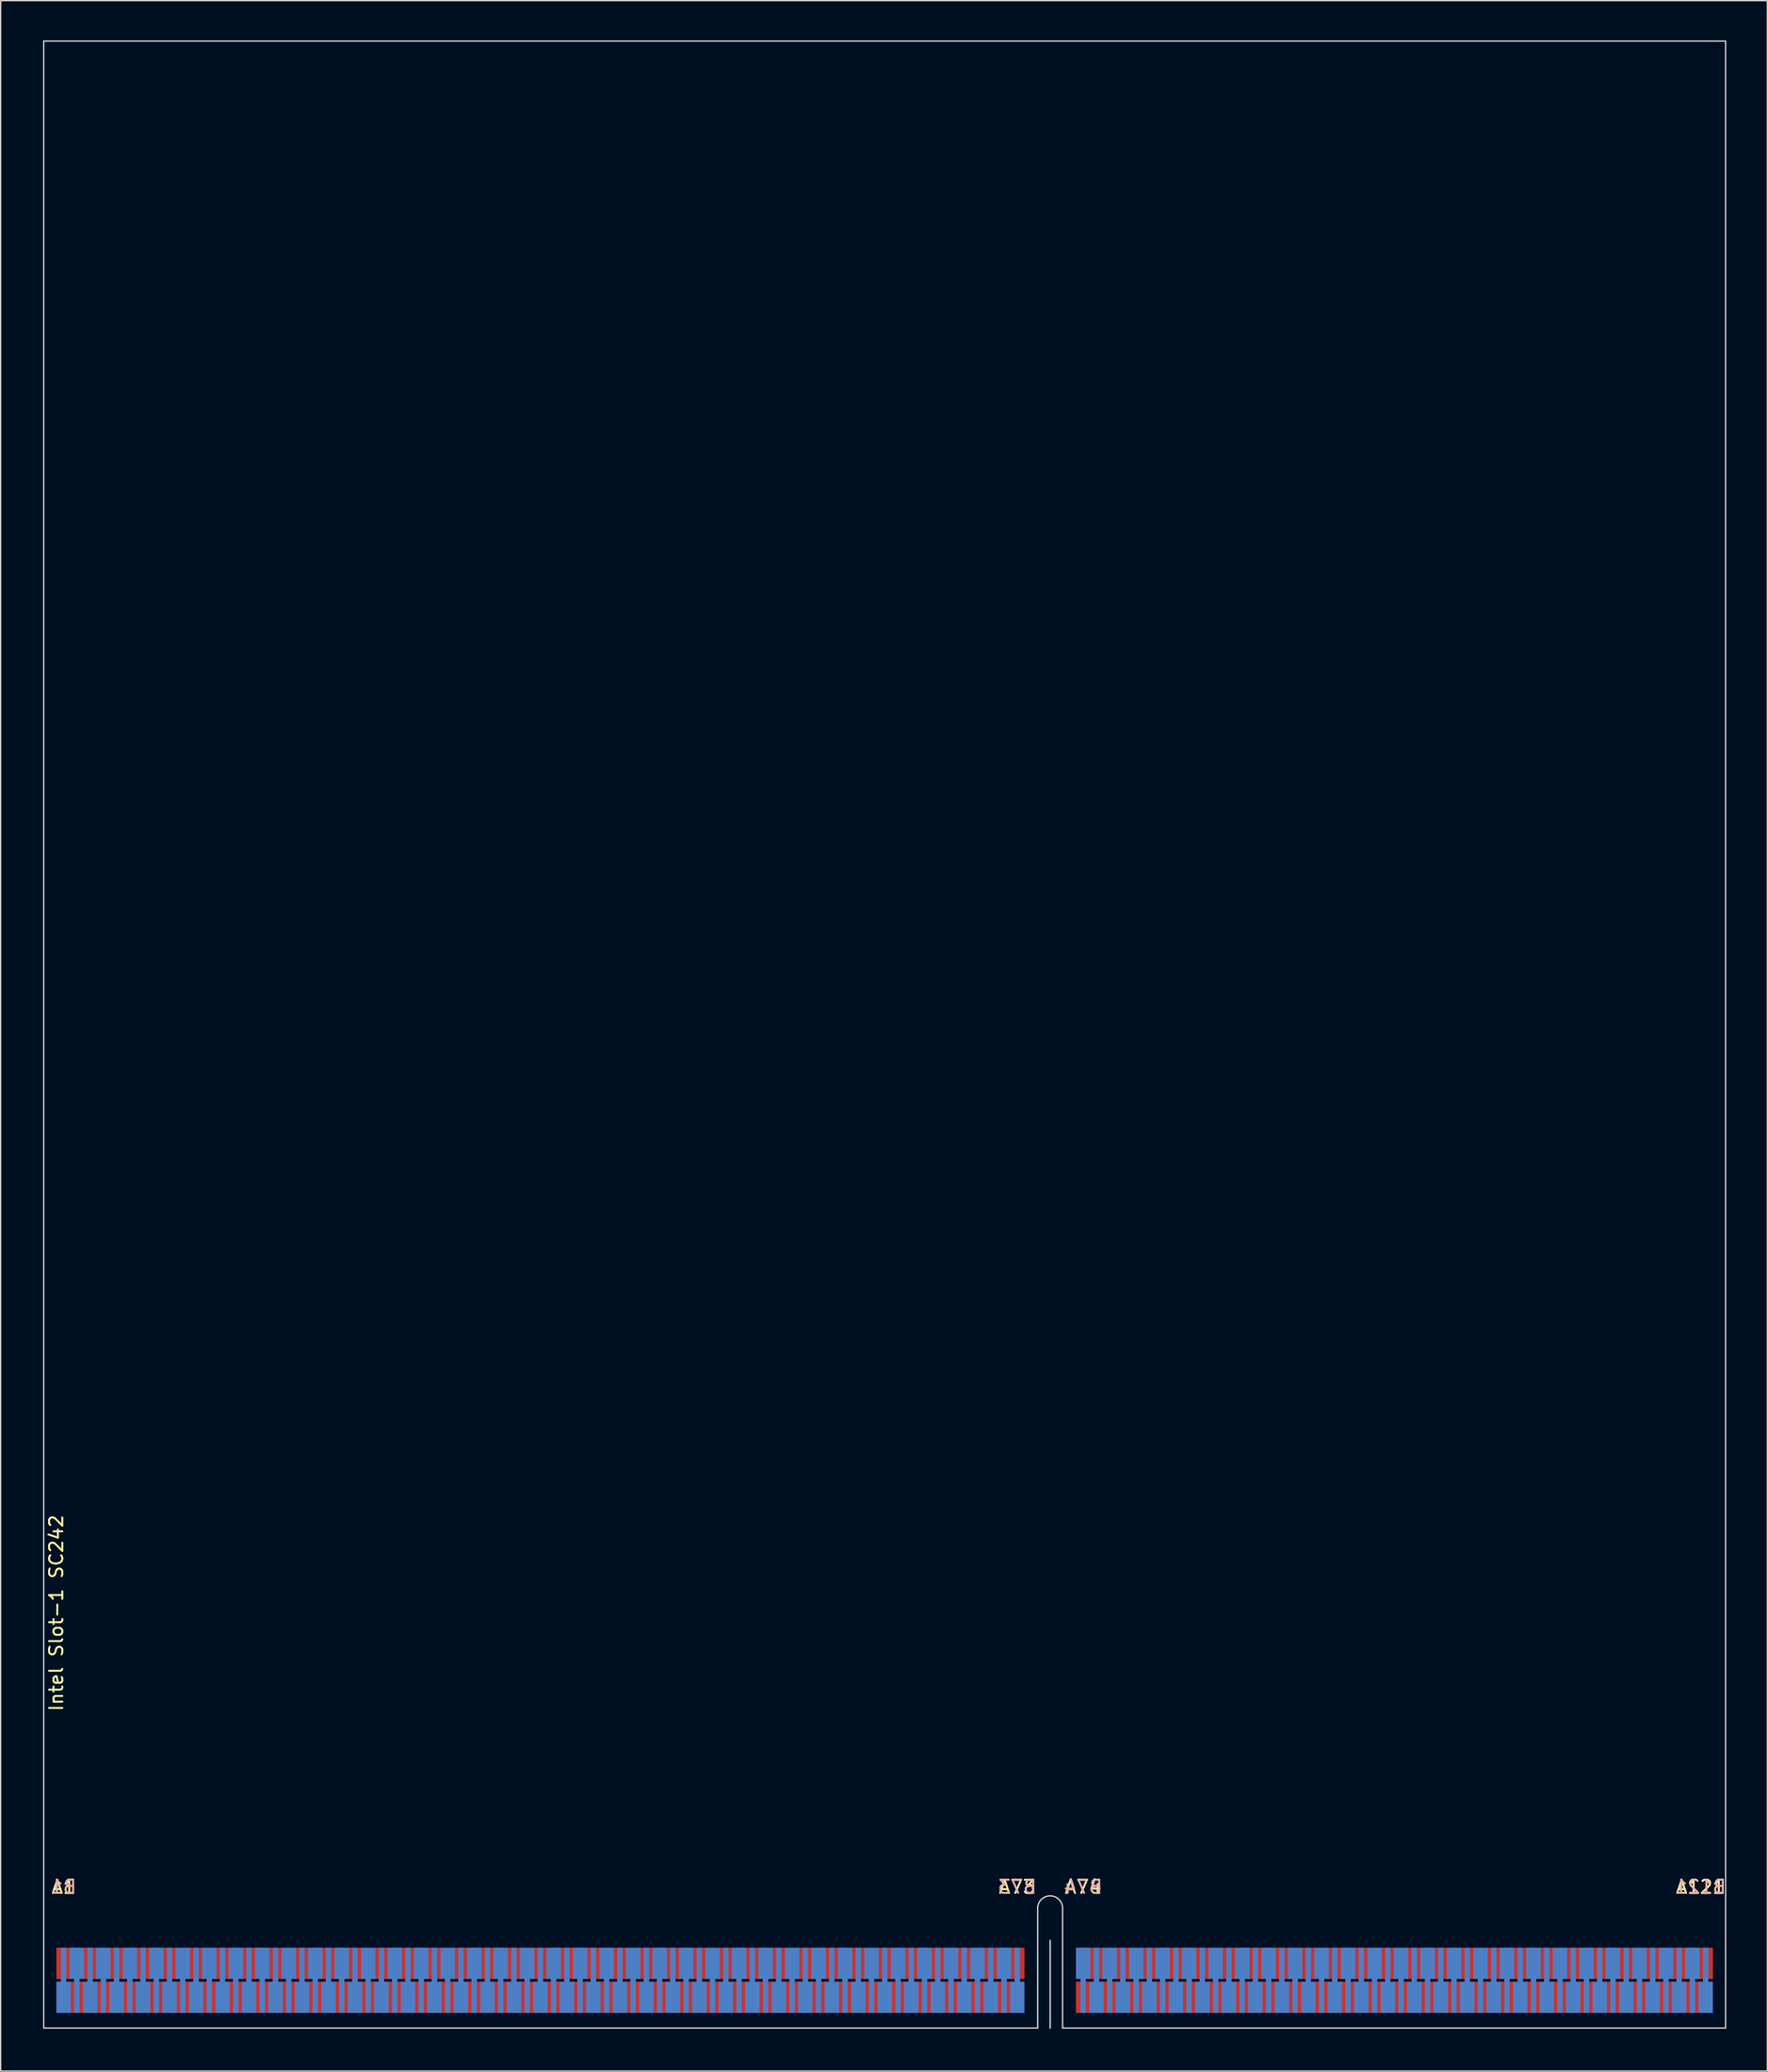
<source format=kicad_pcb>
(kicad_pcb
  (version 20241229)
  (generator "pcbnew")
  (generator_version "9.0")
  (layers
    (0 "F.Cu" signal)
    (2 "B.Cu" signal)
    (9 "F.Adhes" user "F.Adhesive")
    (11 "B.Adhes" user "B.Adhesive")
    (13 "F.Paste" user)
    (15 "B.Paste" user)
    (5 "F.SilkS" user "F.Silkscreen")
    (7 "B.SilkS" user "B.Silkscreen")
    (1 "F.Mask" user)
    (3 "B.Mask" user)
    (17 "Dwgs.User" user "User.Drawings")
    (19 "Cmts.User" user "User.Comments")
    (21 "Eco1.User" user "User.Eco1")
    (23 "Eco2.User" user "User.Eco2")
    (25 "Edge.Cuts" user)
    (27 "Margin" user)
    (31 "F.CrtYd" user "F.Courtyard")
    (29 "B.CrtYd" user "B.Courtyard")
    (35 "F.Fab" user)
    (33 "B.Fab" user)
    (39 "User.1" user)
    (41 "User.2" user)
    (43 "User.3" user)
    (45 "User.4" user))
  (footprint "Intel Slot-1 SC242"
    (layer "F.Cu")
    (at 0.25 150.05)
    (property "Reference" "Intel Slot-1 SC242" (at 0.95 -31.33 90) (unlocked yes) (layer "F.SilkS") (effects (font (size 1 1) (thickness 0.15))))
    (attr smd)
    (fp_rect (start 75.06 -6.07) (end 0 0) (stroke (width 0.1) (type solid)) (fill yes) (layer "F.Mask"))
    (fp_rect (start 127 -6.07) (end 76.937 0) (stroke (width 0.1) (type solid)) (fill yes) (layer "F.Mask"))
    (fp_rect (start 0 -6.07) (end 75.06 0) (stroke (width 0.1) (type solid)) (fill yes) (layer "B.Mask"))
    (fp_rect (start 76.937 -6.07) (end 127 0) (stroke (width 0.1) (type solid)) (fill yes) (layer "B.Mask"))
    (fp_line (start 76 0) (end 76 -6.62) (stroke (width 0.12) (type solid)) (layer "Dwgs.User"))
    (fp_line (start 0 -150) (end 0 0) (stroke (width 0.1) (type solid)) (layer "Edge.Cuts"))
    (fp_line (start 0 0) (end 75.057 0) (stroke (width 0.1) (type solid)) (layer "Edge.Cuts"))
    (fp_line (start 75.057 0) (end 75.057 -9.042) (stroke (width 0.1) (type solid)) (layer "Edge.Cuts"))
    (fp_line (start 76.937 0) (end 76.937 -9.042) (stroke (width 0.1) (type solid)) (layer "Edge.Cuts"))
    (fp_line (start 76.937 0) (end 127 0) (stroke (width 0.1) (type solid)) (layer "Edge.Cuts"))
    (fp_line (start 127 -150) (end 0 -150) (stroke (width 0.1) (type solid)) (layer "Edge.Cuts"))
    (fp_line (start 127 0) (end 127 -150) (stroke (width 0.1) (type solid)) (layer "Edge.Cuts"))
    (fp_arc (start 75.057 -9.0424) (mid 75.996826 -9.982174) (end 76.9366 -9.042348) (stroke (width 0.1) (type solid)) (layer "Edge.Cuts"))
    (fp_text user "A73" (at 73.511 -10.65 0) (unlocked yes) (layer "F.SilkS") (effects (font (size 1 1) (thickness 0.15))))
    (fp_text user "A1" (at 1.501 -10.65 0) (unlocked yes) (layer "F.SilkS") (effects (font (size 1 1) (thickness 0.15))))
    (fp_text user "A121" (at 125.11 -10.65 0) (unlocked yes) (layer "F.SilkS") (effects (font (size 1 1) (thickness 0.15))))
    (fp_text user "A74" (at 78.489 -10.65 0) (unlocked yes) (layer "F.SilkS") (effects (font (size 1 1) (thickness 0.15))))
    (fp_text user "B74" (at 78.489 -10.656 0) (unlocked yes) (layer "B.SilkS") (effects (font (size 1 1) (thickness 0.15)) (justify mirror)))
    (fp_text user "B1" (at 1.485 -10.663 0) (unlocked yes) (layer "B.SilkS") (effects (font (size 1 1) (thickness 0.15)) (justify mirror)))
    (fp_text user "B121" (at 125.099 -10.663 0) (unlocked yes) (layer "B.SilkS") (effects (font (size 1 1) (thickness 0.15)) (justify mirror)))
    (fp_text user "B73" (at 73.51 -10.656 0) (unlocked yes) (layer "B.SilkS") (effects (font (size 1 1) (thickness 0.15)) (justify mirror)))
    (pad "A1" connect custom (at 1.501 -4.885 180) (size 1.092 2.362) (layers "F.Cu" "F.Mask") (options (anchor rect)) (primitives (gr_poly (pts (xy 0.203 -1.181) (xy -0.203 -1.181) (xy -0.203 -3.747) (xy 0.203 -3.747)) (width 0) (fill yes))))
    (pad "A2" connect custom (at 2.502 -2.32) (size 1.092 2.362) (layers "F.Cu" "F.Mask") (options (anchor rect)) (primitives (gr_poly (pts (xy 0.203 -1.181) (xy -0.203 -1.181) (xy -0.203 -3.747) (xy 0.203 -3.747)) (width 0) (fill yes))))
    (pad "A3" connect custom (at 3.502 -4.885 180) (size 1.092 2.362) (layers "F.Cu" "F.Mask") (options (anchor rect)) (primitives (gr_poly (pts (xy 0.203 -1.181) (xy -0.203 -1.181) (xy -0.203 -3.747) (xy 0.203 -3.747)) (width 0) (fill yes))))
    (pad "A4" connect custom (at 4.502 -2.32) (size 1.092 2.362) (layers "F.Cu" "F.Mask") (options (anchor rect)) (primitives (gr_poly (pts (xy 0.203 -1.181) (xy -0.203 -1.181) (xy -0.203 -3.747) (xy 0.203 -3.747)) (width 0) (fill yes))))
    (pad "A5" connect custom (at 5.502 -4.885 180) (size 1.092 2.362) (layers "F.Cu" "F.Mask") (options (anchor rect)) (primitives (gr_poly (pts (xy 0.203 -1.181) (xy -0.203 -1.181) (xy -0.203 -3.747) (xy 0.203 -3.747)) (width 0) (fill yes))))
    (pad "A6" connect custom (at 6.502 -2.32) (size 1.092 2.362) (layers "F.Cu" "F.Mask") (options (anchor rect)) (primitives (gr_poly (pts (xy 0.203 -1.181) (xy -0.203 -1.181) (xy -0.203 -3.747) (xy 0.203 -3.747)) (width 0) (fill yes))))
    (pad "A7" connect custom (at 7.502 -4.885 180) (size 1.092 2.362) (layers "F.Cu" "F.Mask") (options (anchor rect)) (primitives (gr_poly (pts (xy 0.203 -1.181) (xy -0.203 -1.181) (xy -0.203 -3.747) (xy 0.203 -3.747)) (width 0) (fill yes))))
    (pad "A8" connect custom (at 8.502 -2.32) (size 1.092 2.362) (layers "F.Cu" "F.Mask") (options (anchor rect)) (primitives (gr_poly (pts (xy 0.203 -1.181) (xy -0.203 -1.181) (xy -0.203 -3.747) (xy 0.203 -3.747)) (width 0) (fill yes))))
    (pad "A9" connect custom (at 9.502 -4.885 180) (size 1.092 2.362) (layers "F.Cu" "F.Mask") (options (anchor rect)) (primitives (gr_poly (pts (xy 0.203 -1.181) (xy -0.203 -1.181) (xy -0.203 -3.747) (xy 0.203 -3.747)) (width 0) (fill yes))))
    (pad "A10" connect custom (at 10.503 -2.32) (size 1.092 2.362) (layers "F.Cu" "F.Mask") (options (anchor rect)) (primitives (gr_poly (pts (xy 0.203 -1.181) (xy -0.203 -1.181) (xy -0.203 -3.747) (xy 0.203 -3.747)) (width 0) (fill yes))))
    (pad "A11" connect custom (at 11.503 -4.885 180) (size 1.092 2.362) (layers "F.Cu" "F.Mask") (options (anchor rect)) (primitives (gr_poly (pts (xy 0.203 -1.181) (xy -0.203 -1.181) (xy -0.203 -3.747) (xy 0.203 -3.747)) (width 0) (fill yes))))
    (pad "A12" connect custom (at 12.503 -2.32) (size 1.092 2.362) (layers "F.Cu" "F.Mask") (options (anchor rect)) (primitives (gr_poly (pts (xy 0.203 -1.181) (xy -0.203 -1.181) (xy -0.203 -3.747) (xy 0.203 -3.747)) (width 0) (fill yes))))
    (pad "A13" connect custom (at 13.503 -4.885 180) (size 1.092 2.362) (layers "F.Cu" "F.Mask") (options (anchor rect)) (primitives (gr_poly (pts (xy 0.203 -1.181) (xy -0.203 -1.181) (xy -0.203 -3.747) (xy 0.203 -3.747)) (width 0) (fill yes))))
    (pad "A14" connect custom (at 14.503 -2.32) (size 1.092 2.362) (layers "F.Cu" "F.Mask") (options (anchor rect)) (primitives (gr_poly (pts (xy 0.203 -1.181) (xy -0.203 -1.181) (xy -0.203 -3.747) (xy 0.203 -3.747)) (width 0) (fill yes))))
    (pad "A15" connect custom (at 15.503 -4.885 180) (size 1.092 2.362) (layers "F.Cu" "F.Mask") (options (anchor rect)) (primitives (gr_poly (pts (xy 0.203 -1.181) (xy -0.203 -1.181) (xy -0.203 -3.747) (xy 0.203 -3.747)) (width 0) (fill yes))))
    (pad "A16" connect custom (at 16.503 -2.32) (size 1.092 2.362) (layers "F.Cu" "F.Mask") (options (anchor rect)) (primitives (gr_poly (pts (xy 0.203 -1.181) (xy -0.203 -1.181) (xy -0.203 -3.747) (xy 0.203 -3.747)) (width 0) (fill yes))))
    (pad "A17" connect custom (at 17.504 -4.885 180) (size 1.092 2.362) (layers "F.Cu" "F.Mask") (options (anchor rect)) (primitives (gr_poly (pts (xy 0.203 -1.181) (xy -0.203 -1.181) (xy -0.203 -3.747) (xy 0.203 -3.747)) (width 0) (fill yes))))
    (pad "A18" connect custom (at 18.504 -2.32) (size 1.092 2.362) (layers "F.Cu" "F.Mask") (options (anchor rect)) (primitives (gr_poly (pts (xy 0.203 -1.181) (xy -0.203 -1.181) (xy -0.203 -3.747) (xy 0.203 -3.747)) (width 0) (fill yes))))
    (pad "A19" connect custom (at 19.504 -4.885 180) (size 1.092 2.362) (layers "F.Cu" "F.Mask") (options (anchor rect)) (primitives (gr_poly (pts (xy 0.203 -1.181) (xy -0.203 -1.181) (xy -0.203 -3.747) (xy 0.203 -3.747)) (width 0) (fill yes))))
    (pad "A20" connect custom (at 20.504 -2.32) (size 1.092 2.362) (layers "F.Cu" "F.Mask") (options (anchor rect)) (primitives (gr_poly (pts (xy 0.203 -1.181) (xy -0.203 -1.181) (xy -0.203 -3.747) (xy 0.203 -3.747)) (width 0) (fill yes))))
    (pad "A21" connect custom (at 21.504 -4.885 180) (size 1.092 2.362) (layers "F.Cu" "F.Mask") (options (anchor rect)) (primitives (gr_poly (pts (xy 0.203 -1.181) (xy -0.203 -1.181) (xy -0.203 -3.747) (xy 0.203 -3.747)) (width 0) (fill yes))))
    (pad "A22" connect custom (at 22.504 -2.32) (size 1.092 2.362) (layers "F.Cu" "F.Mask") (options (anchor rect)) (primitives (gr_poly (pts (xy 0.203 -1.181) (xy -0.203 -1.181) (xy -0.203 -3.747) (xy 0.203 -3.747)) (width 0) (fill yes))))
    (pad "A23" connect custom (at 23.504 -4.885 180) (size 1.092 2.362) (layers "F.Cu" "F.Mask") (options (anchor rect)) (primitives (gr_poly (pts (xy 0.203 -1.181) (xy -0.203 -1.181) (xy -0.203 -3.747) (xy 0.203 -3.747)) (width 0) (fill yes))))
    (pad "A24" connect custom (at 24.504 -2.32) (size 1.092 2.362) (layers "F.Cu" "F.Mask") (options (anchor rect)) (primitives (gr_poly (pts (xy 0.203 -1.181) (xy -0.203 -1.181) (xy -0.203 -3.747) (xy 0.203 -3.747)) (width 0) (fill yes))))
    (pad "A25" connect custom (at 25.505 -4.885 180) (size 1.092 2.362) (layers "F.Cu" "F.Mask") (options (anchor rect)) (primitives (gr_poly (pts (xy 0.203 -1.181) (xy -0.203 -1.181) (xy -0.203 -3.747) (xy 0.203 -3.747)) (width 0) (fill yes))))
    (pad "A26" connect custom (at 26.505 -2.32) (size 1.092 2.362) (layers "F.Cu" "F.Mask") (options (anchor rect)) (primitives (gr_poly (pts (xy 0.203 -1.181) (xy -0.203 -1.181) (xy -0.203 -3.747) (xy 0.203 -3.747)) (width 0) (fill yes))))
    (pad "A27" connect custom (at 27.505 -4.885 180) (size 1.092 2.362) (layers "F.Cu" "F.Mask") (options (anchor rect)) (primitives (gr_poly (pts (xy 0.203 -1.181) (xy -0.203 -1.181) (xy -0.203 -3.747) (xy 0.203 -3.747)) (width 0) (fill yes))))
    (pad "A28" connect custom (at 28.505 -2.32) (size 1.092 2.362) (layers "F.Cu" "F.Mask") (options (anchor rect)) (primitives (gr_poly (pts (xy 0.203 -1.181) (xy -0.203 -1.181) (xy -0.203 -3.747) (xy 0.203 -3.747)) (width 0) (fill yes))))
    (pad "A29" connect custom (at 29.505 -4.885 180) (size 1.092 2.362) (layers "F.Cu" "F.Mask") (options (anchor rect)) (primitives (gr_poly (pts (xy 0.203 -1.181) (xy -0.203 -1.181) (xy -0.203 -3.747) (xy 0.203 -3.747)) (width 0) (fill yes))))
    (pad "A30" connect custom (at 30.505 -2.32) (size 1.092 2.362) (layers "F.Cu" "F.Mask") (options (anchor rect)) (primitives (gr_poly (pts (xy 0.203 -1.181) (xy -0.203 -1.181) (xy -0.203 -3.747) (xy 0.203 -3.747)) (width 0) (fill yes))))
    (pad "A31" connect custom (at 31.505 -4.885 180) (size 1.092 2.362) (layers "F.Cu" "F.Mask") (options (anchor rect)) (primitives (gr_poly (pts (xy 0.203 -1.181) (xy -0.203 -1.181) (xy -0.203 -3.747) (xy 0.203 -3.747)) (width 0) (fill yes))))
    (pad "A32" connect custom (at 32.505 -2.32) (size 1.092 2.362) (layers "F.Cu" "F.Mask") (options (anchor rect)) (primitives (gr_poly (pts (xy 0.203 -1.181) (xy -0.203 -1.181) (xy -0.203 -3.747) (xy 0.203 -3.747)) (width 0) (fill yes))))
    (pad "A33" connect custom (at 33.506 -4.885 180) (size 1.092 2.362) (layers "F.Cu" "F.Mask") (options (anchor rect)) (primitives (gr_poly (pts (xy 0.203 -1.181) (xy -0.203 -1.181) (xy -0.203 -3.747) (xy 0.203 -3.747)) (width 0) (fill yes))))
    (pad "A34" connect custom (at 34.506 -2.32) (size 1.092 2.362) (layers "F.Cu" "F.Mask") (options (anchor rect)) (primitives (gr_poly (pts (xy 0.203 -1.181) (xy -0.203 -1.181) (xy -0.203 -3.747) (xy 0.203 -3.747)) (width 0) (fill yes))))
    (pad "A35" connect custom (at 35.506 -4.885 180) (size 1.092 2.362) (layers "F.Cu" "F.Mask") (options (anchor rect)) (primitives (gr_poly (pts (xy 0.203 -1.181) (xy -0.203 -1.181) (xy -0.203 -3.747) (xy 0.203 -3.747)) (width 0) (fill yes))))
    (pad "A36" connect custom (at 36.506 -2.32) (size 1.092 2.362) (layers "F.Cu" "F.Mask") (options (anchor rect)) (primitives (gr_poly (pts (xy 0.203 -1.181) (xy -0.203 -1.181) (xy -0.203 -3.747) (xy 0.203 -3.747)) (width 0) (fill yes))))
    (pad "A37" connect custom (at 37.506 -4.885 180) (size 1.092 2.362) (layers "F.Cu" "F.Mask") (options (anchor rect)) (primitives (gr_poly (pts (xy 0.203 -1.181) (xy -0.203 -1.181) (xy -0.203 -3.747) (xy 0.203 -3.747)) (width 0) (fill yes))))
    (pad "A38" connect custom (at 38.506 -2.32) (size 1.092 2.362) (layers "F.Cu" "F.Mask") (options (anchor rect)) (primitives (gr_poly (pts (xy 0.203 -1.181) (xy -0.203 -1.181) (xy -0.203 -3.747) (xy 0.203 -3.747)) (width 0) (fill yes))))
    (pad "A39" connect custom (at 39.506 -4.885 180) (size 1.092 2.362) (layers "F.Cu" "F.Mask") (options (anchor rect)) (primitives (gr_poly (pts (xy 0.203 -1.181) (xy -0.203 -1.181) (xy -0.203 -3.747) (xy 0.203 -3.747)) (width 0) (fill yes))))
    (pad "A40" connect custom (at 40.507 -2.32) (size 1.092 2.362) (layers "F.Cu" "F.Mask") (options (anchor rect)) (primitives (gr_poly (pts (xy 0.203 -1.181) (xy -0.203 -1.181) (xy -0.203 -3.747) (xy 0.203 -3.747)) (width 0) (fill yes))))
    (pad "A41" connect custom (at 41.507 -4.885 180) (size 1.092 2.362) (layers "F.Cu" "F.Mask") (options (anchor rect)) (primitives (gr_poly (pts (xy 0.203 -1.181) (xy -0.203 -1.181) (xy -0.203 -3.747) (xy 0.203 -3.747)) (width 0) (fill yes))))
    (pad "A42" connect custom (at 42.507 -2.32) (size 1.092 2.362) (layers "F.Cu" "F.Mask") (options (anchor rect)) (primitives (gr_poly (pts (xy 0.203 -1.181) (xy -0.203 -1.181) (xy -0.203 -3.747) (xy 0.203 -3.747)) (width 0) (fill yes))))
    (pad "A43" connect custom (at 43.507 -4.885 180) (size 1.092 2.362) (layers "F.Cu" "F.Mask") (options (anchor rect)) (primitives (gr_poly (pts (xy 0.203 -1.181) (xy -0.203 -1.181) (xy -0.203 -3.747) (xy 0.203 -3.747)) (width 0) (fill yes))))
    (pad "A44" connect custom (at 44.507 -2.32) (size 1.092 2.362) (layers "F.Cu" "F.Mask") (options (anchor rect)) (primitives (gr_poly (pts (xy 0.203 -1.181) (xy -0.203 -1.181) (xy -0.203 -3.747) (xy 0.203 -3.747)) (width 0) (fill yes))))
    (pad "A45" connect custom (at 45.507 -4.885 180) (size 1.092 2.362) (layers "F.Cu" "F.Mask") (options (anchor rect)) (primitives (gr_poly (pts (xy 0.203 -1.181) (xy -0.203 -1.181) (xy -0.203 -3.747) (xy 0.203 -3.747)) (width 0) (fill yes))))
    (pad "A46" connect custom (at 46.507 -2.32) (size 1.092 2.362) (layers "F.Cu" "F.Mask") (options (anchor rect)) (primitives (gr_poly (pts (xy 0.203 -1.181) (xy -0.203 -1.181) (xy -0.203 -3.747) (xy 0.203 -3.747)) (width 0) (fill yes))))
    (pad "A47" connect custom (at 47.507 -4.885 180) (size 1.092 2.362) (layers "F.Cu" "F.Mask") (options (anchor rect)) (primitives (gr_poly (pts (xy 0.203 -1.181) (xy -0.203 -1.181) (xy -0.203 -3.747) (xy 0.203 -3.747)) (width 0) (fill yes))))
    (pad "A48" connect custom (at 48.508 -2.32) (size 1.092 2.362) (layers "F.Cu" "F.Mask") (options (anchor rect)) (primitives (gr_poly (pts (xy 0.203 -1.181) (xy -0.203 -1.181) (xy -0.203 -3.747) (xy 0.203 -3.747)) (width 0) (fill yes))))
    (pad "A49" connect custom (at 49.508 -4.885 180) (size 1.092 2.362) (layers "F.Cu" "F.Mask") (options (anchor rect)) (primitives (gr_poly (pts (xy 0.203 -1.181) (xy -0.203 -1.181) (xy -0.203 -3.747) (xy 0.203 -3.747)) (width 0) (fill yes))))
    (pad "A50" connect custom (at 50.508 -2.32) (size 1.092 2.362) (layers "F.Cu" "F.Mask") (options (anchor rect)) (primitives (gr_poly (pts (xy 0.203 -1.181) (xy -0.203 -1.181) (xy -0.203 -3.747) (xy 0.203 -3.747)) (width 0) (fill yes))))
    (pad "A51" connect custom (at 51.508 -4.885 180) (size 1.092 2.362) (layers "F.Cu" "F.Mask") (options (anchor rect)) (primitives (gr_poly (pts (xy 0.203 -1.181) (xy -0.203 -1.181) (xy -0.203 -3.747) (xy 0.203 -3.747)) (width 0) (fill yes))))
    (pad "A52" connect custom (at 52.508 -2.32) (size 1.092 2.362) (layers "F.Cu" "F.Mask") (options (anchor rect)) (primitives (gr_poly (pts (xy 0.203 -1.181) (xy -0.203 -1.181) (xy -0.203 -3.747) (xy 0.203 -3.747)) (width 0) (fill yes))))
    (pad "A53" connect custom (at 53.508 -4.885 180) (size 1.092 2.362) (layers "F.Cu" "F.Mask") (options (anchor rect)) (primitives (gr_poly (pts (xy 0.203 -1.181) (xy -0.203 -1.181) (xy -0.203 -3.747) (xy 0.203 -3.747)) (width 0) (fill yes))))
    (pad "A54" connect custom (at 54.508 -2.32) (size 1.092 2.362) (layers "F.Cu" "F.Mask") (options (anchor rect)) (primitives (gr_poly (pts (xy 0.203 -1.181) (xy -0.203 -1.181) (xy -0.203 -3.747) (xy 0.203 -3.747)) (width 0) (fill yes))))
    (pad "A55" connect custom (at 55.508 -4.885 180) (size 1.092 2.362) (layers "F.Cu" "F.Mask") (options (anchor rect)) (primitives (gr_poly (pts (xy 0.203 -1.181) (xy -0.203 -1.181) (xy -0.203 -3.747) (xy 0.203 -3.747)) (width 0) (fill yes))))
    (pad "A56" connect custom (at 56.509 -2.32) (size 1.092 2.362) (layers "F.Cu" "F.Mask") (options (anchor rect)) (primitives (gr_poly (pts (xy 0.203 -1.181) (xy -0.203 -1.181) (xy -0.203 -3.747) (xy 0.203 -3.747)) (width 0) (fill yes))))
    (pad "A57" connect custom (at 57.509 -4.885 180) (size 1.092 2.362) (layers "F.Cu" "F.Mask") (options (anchor rect)) (primitives (gr_poly (pts (xy 0.203 -1.181) (xy -0.203 -1.181) (xy -0.203 -3.747) (xy 0.203 -3.747)) (width 0) (fill yes))))
    (pad "A58" connect custom (at 58.509 -2.32) (size 1.092 2.362) (layers "F.Cu" "F.Mask") (options (anchor rect)) (primitives (gr_poly (pts (xy 0.203 -1.181) (xy -0.203 -1.181) (xy -0.203 -3.747) (xy 0.203 -3.747)) (width 0) (fill yes))))
    (pad "A59" connect custom (at 59.509 -4.885 180) (size 1.092 2.362) (layers "F.Cu" "F.Mask") (options (anchor rect)) (primitives (gr_poly (pts (xy 0.203 -1.181) (xy -0.203 -1.181) (xy -0.203 -3.747) (xy 0.203 -3.747)) (width 0) (fill yes))))
    (pad "A60" connect custom (at 60.509 -2.32) (size 1.092 2.362) (layers "F.Cu" "F.Mask") (options (anchor rect)) (primitives (gr_poly (pts (xy 0.203 -1.181) (xy -0.203 -1.181) (xy -0.203 -3.747) (xy 0.203 -3.747)) (width 0) (fill yes))))
    (pad "A61" connect custom (at 61.509 -4.885 180) (size 1.092 2.362) (layers "F.Cu" "F.Mask") (options (anchor rect)) (primitives (gr_poly (pts (xy 0.203 -1.181) (xy -0.203 -1.181) (xy -0.203 -3.747) (xy 0.203 -3.747)) (width 0) (fill yes))))
    (pad "A62" connect custom (at 62.509 -2.32) (size 1.092 2.362) (layers "F.Cu" "F.Mask") (options (anchor rect)) (primitives (gr_poly (pts (xy 0.203 -1.181) (xy -0.203 -1.181) (xy -0.203 -3.747) (xy 0.203 -3.747)) (width 0) (fill yes))))
    (pad "A63" connect custom (at 63.51 -4.885 180) (size 1.092 2.362) (layers "F.Cu" "F.Mask") (options (anchor rect)) (primitives (gr_poly (pts (xy 0.203 -1.181) (xy -0.203 -1.181) (xy -0.203 -3.747) (xy 0.203 -3.747)) (width 0) (fill yes))))
    (pad "A64" connect custom (at 64.51 -2.32) (size 1.092 2.362) (layers "F.Cu" "F.Mask") (options (anchor rect)) (primitives (gr_poly (pts (xy 0.203 -1.181) (xy -0.203 -1.181) (xy -0.203 -3.747) (xy 0.203 -3.747)) (width 0) (fill yes))))
    (pad "A65" connect custom (at 65.51 -4.885 180) (size 1.092 2.362) (layers "F.Cu" "F.Mask") (options (anchor rect)) (primitives (gr_poly (pts (xy 0.203 -1.181) (xy -0.203 -1.181) (xy -0.203 -3.747) (xy 0.203 -3.747)) (width 0) (fill yes))))
    (pad "A66" connect custom (at 66.51 -2.32) (size 1.092 2.362) (layers "F.Cu" "F.Mask") (options (anchor rect)) (primitives (gr_poly (pts (xy 0.203 -1.181) (xy -0.203 -1.181) (xy -0.203 -3.747) (xy 0.203 -3.747)) (width 0) (fill yes))))
    (pad "A67" connect custom (at 67.51 -4.885 180) (size 1.092 2.362) (layers "F.Cu" "F.Mask") (options (anchor rect)) (primitives (gr_poly (pts (xy 0.203 -1.181) (xy -0.203 -1.181) (xy -0.203 -3.747) (xy 0.203 -3.747)) (width 0) (fill yes))))
    (pad "A68" connect custom (at 68.51 -2.32) (size 1.092 2.362) (layers "F.Cu" "F.Mask") (options (anchor rect)) (primitives (gr_poly (pts (xy 0.203 -1.181) (xy -0.203 -1.181) (xy -0.203 -3.747) (xy 0.203 -3.747)) (width 0) (fill yes))))
    (pad "A69" connect custom (at 69.51 -4.885 180) (size 1.092 2.362) (layers "F.Cu" "F.Mask") (options (anchor rect)) (primitives (gr_poly (pts (xy 0.203 -1.181) (xy -0.203 -1.181) (xy -0.203 -3.747) (xy 0.203 -3.747)) (width 0) (fill yes))))
    (pad "A70" connect custom (at 70.51 -2.32) (size 1.092 2.362) (layers "F.Cu" "F.Mask") (options (anchor rect)) (primitives (gr_poly (pts (xy 0.203 -1.181) (xy -0.203 -1.181) (xy -0.203 -3.747) (xy 0.203 -3.747)) (width 0) (fill yes))))
    (pad "A71" connect custom (at 71.511 -4.885 180) (size 1.092 2.362) (layers "F.Cu" "F.Mask") (options (anchor rect)) (primitives (gr_poly (pts (xy 0.203 -1.181) (xy -0.203 -1.181) (xy -0.203 -3.747) (xy 0.203 -3.747)) (width 0) (fill yes))))
    (pad "A72" connect custom (at 72.511 -2.32) (size 1.092 2.362) (layers "F.Cu" "F.Mask") (options (anchor rect)) (primitives (gr_poly (pts (xy 0.203 -1.181) (xy -0.203 -1.181) (xy -0.203 -3.747) (xy 0.203 -3.747)) (width 0) (fill yes))))
    (pad "A73" connect custom (at 73.511 -4.885 180) (size 1.092 2.362) (layers "F.Cu" "F.Mask") (options (anchor rect)) (primitives (gr_poly (pts (xy 0.203 -1.181) (xy -0.203 -1.181) (xy -0.203 -3.747) (xy 0.203 -3.747)) (width 0) (fill yes))))
    (pad "A74" connect custom (at 78.489 -2.32) (size 1.092 2.362) (layers "F.Cu" "F.Mask") (options (anchor rect)) (primitives (gr_poly (pts (xy 0.203 -1.181) (xy -0.203 -1.181) (xy -0.203 -3.747) (xy 0.203 -3.747)) (width 0) (fill yes))))
    (pad "A75" connect custom (at 79.489 -4.885 180) (size 1.092 2.362) (layers "F.Cu" "F.Mask") (options (anchor rect)) (primitives (gr_poly (pts (xy 0.203 -1.181) (xy -0.203 -1.181) (xy -0.203 -3.747) (xy 0.203 -3.747)) (width 0) (fill yes))))
    (pad "A76" connect custom (at 80.489 -2.32) (size 1.092 2.362) (layers "F.Cu" "F.Mask") (options (anchor rect)) (primitives (gr_poly (pts (xy 0.203 -1.181) (xy -0.203 -1.181) (xy -0.203 -3.747) (xy 0.203 -3.747)) (width 0) (fill yes))))
    (pad "A77" connect custom (at 81.49 -4.885 180) (size 1.092 2.362) (layers "F.Cu" "F.Mask") (options (anchor rect)) (primitives (gr_poly (pts (xy 0.203 -1.181) (xy -0.203 -1.181) (xy -0.203 -3.747) (xy 0.203 -3.747)) (width 0) (fill yes))))
    (pad "A78" connect custom (at 82.49 -2.32) (size 1.092 2.362) (layers "F.Cu" "F.Mask") (options (anchor rect)) (primitives (gr_poly (pts (xy 0.203 -1.181) (xy -0.203 -1.181) (xy -0.203 -3.747) (xy 0.203 -3.747)) (width 0) (fill yes))))
    (pad "A79" connect custom (at 83.49 -4.885 180) (size 1.092 2.362) (layers "F.Cu" "F.Mask") (options (anchor rect)) (primitives (gr_poly (pts (xy 0.203 -1.181) (xy -0.203 -1.181) (xy -0.203 -3.747) (xy 0.203 -3.747)) (width 0) (fill yes))))
    (pad "A80" connect custom (at 84.49 -2.32) (size 1.092 2.362) (layers "F.Cu" "F.Mask") (options (anchor rect)) (primitives (gr_poly (pts (xy 0.203 -1.181) (xy -0.203 -1.181) (xy -0.203 -3.747) (xy 0.203 -3.747)) (width 0) (fill yes))))
    (pad "A81" connect custom (at 85.49 -4.885 180) (size 1.092 2.362) (layers "F.Cu" "F.Mask") (options (anchor rect)) (primitives (gr_poly (pts (xy 0.203 -1.181) (xy -0.203 -1.181) (xy -0.203 -3.747) (xy 0.203 -3.747)) (width 0) (fill yes))))
    (pad "A82" connect custom (at 86.49 -2.32) (size 1.092 2.362) (layers "F.Cu" "F.Mask") (options (anchor rect)) (primitives (gr_poly (pts (xy 0.203 -1.181) (xy -0.203 -1.181) (xy -0.203 -3.747) (xy 0.203 -3.747)) (width 0) (fill yes))))
    (pad "A83" connect custom (at 87.49 -4.885 180) (size 1.092 2.362) (layers "F.Cu" "F.Mask") (options (anchor rect)) (primitives (gr_poly (pts (xy 0.203 -1.181) (xy -0.203 -1.181) (xy -0.203 -3.747) (xy 0.203 -3.747)) (width 0) (fill yes))))
    (pad "A84" connect custom (at 88.49 -2.32) (size 1.092 2.362) (layers "F.Cu" "F.Mask") (options (anchor rect)) (primitives (gr_poly (pts (xy 0.203 -1.181) (xy -0.203 -1.181) (xy -0.203 -3.747) (xy 0.203 -3.747)) (width 0) (fill yes))))
    (pad "A85" connect custom (at 89.491 -4.885 180) (size 1.092 2.362) (layers "F.Cu" "F.Mask") (options (anchor rect)) (primitives (gr_poly (pts (xy 0.203 -1.181) (xy -0.203 -1.181) (xy -0.203 -3.747) (xy 0.203 -3.747)) (width 0) (fill yes))))
    (pad "A86" connect custom (at 90.491 -2.32) (size 1.092 2.362) (layers "F.Cu" "F.Mask") (options (anchor rect)) (primitives (gr_poly (pts (xy 0.203 -1.181) (xy -0.203 -1.181) (xy -0.203 -3.747) (xy 0.203 -3.747)) (width 0) (fill yes))))
    (pad "A87" connect custom (at 91.491 -4.885 180) (size 1.092 2.362) (layers "F.Cu" "F.Mask") (options (anchor rect)) (primitives (gr_poly (pts (xy 0.203 -1.181) (xy -0.203 -1.181) (xy -0.203 -3.747) (xy 0.203 -3.747)) (width 0) (fill yes))))
    (pad "A88" connect custom (at 92.491 -2.32) (size 1.092 2.362) (layers "F.Cu" "F.Mask") (options (anchor rect)) (primitives (gr_poly (pts (xy 0.203 -1.181) (xy -0.203 -1.181) (xy -0.203 -3.747) (xy 0.203 -3.747)) (width 0) (fill yes))))
    (pad "A89" connect custom (at 93.491 -4.885 180) (size 1.092 2.362) (layers "F.Cu" "F.Mask") (options (anchor rect)) (primitives (gr_poly (pts (xy 0.203 -1.181) (xy -0.203 -1.181) (xy -0.203 -3.747) (xy 0.203 -3.747)) (width 0) (fill yes))))
    (pad "A90" connect custom (at 94.491 -2.32) (size 1.092 2.362) (layers "F.Cu" "F.Mask") (options (anchor rect)) (primitives (gr_poly (pts (xy 0.203 -1.181) (xy -0.203 -1.181) (xy -0.203 -3.747) (xy 0.203 -3.747)) (width 0) (fill yes))))
    (pad "A91" connect custom (at 95.491 -4.885 180) (size 1.092 2.362) (layers "F.Cu" "F.Mask") (options (anchor rect)) (primitives (gr_poly (pts (xy 0.203 -1.181) (xy -0.203 -1.181) (xy -0.203 -3.747) (xy 0.203 -3.747)) (width 0) (fill yes))))
    (pad "A92" connect custom (at 96.492 -2.32) (size 1.092 2.362) (layers "F.Cu" "F.Mask") (options (anchor rect)) (primitives (gr_poly (pts (xy 0.203 -1.181) (xy -0.203 -1.181) (xy -0.203 -3.747) (xy 0.203 -3.747)) (width 0) (fill yes))))
    (pad "A93" connect custom (at 97.492 -4.885 180) (size 1.092 2.362) (layers "F.Cu" "F.Mask") (options (anchor rect)) (primitives (gr_poly (pts (xy 0.203 -1.181) (xy -0.203 -1.181) (xy -0.203 -3.747) (xy 0.203 -3.747)) (width 0) (fill yes))))
    (pad "A94" connect custom (at 98.492 -2.32) (size 1.092 2.362) (layers "F.Cu" "F.Mask") (options (anchor rect)) (primitives (gr_poly (pts (xy 0.203 -1.181) (xy -0.203 -1.181) (xy -0.203 -3.747) (xy 0.203 -3.747)) (width 0) (fill yes))))
    (pad "A95" connect custom (at 99.492 -4.885 180) (size 1.092 2.362) (layers "F.Cu" "F.Mask") (options (anchor rect)) (primitives (gr_poly (pts (xy 0.203 -1.181) (xy -0.203 -1.181) (xy -0.203 -3.747) (xy 0.203 -3.747)) (width 0) (fill yes))))
    (pad "A96" connect custom (at 100.492 -2.32) (size 1.092 2.362) (layers "F.Cu" "F.Mask") (options (anchor rect)) (primitives (gr_poly (pts (xy 0.203 -1.181) (xy -0.203 -1.181) (xy -0.203 -3.747) (xy 0.203 -3.747)) (width 0) (fill yes))))
    (pad "A97" connect custom (at 101.492 -4.885 180) (size 1.092 2.362) (layers "F.Cu" "F.Mask") (options (anchor rect)) (primitives (gr_poly (pts (xy 0.203 -1.181) (xy -0.203 -1.181) (xy -0.203 -3.747) (xy 0.203 -3.747)) (width 0) (fill yes))))
    (pad "A98" connect custom (at 102.492 -2.32) (size 1.092 2.362) (layers "F.Cu" "F.Mask") (options (anchor rect)) (primitives (gr_poly (pts (xy 0.203 -1.181) (xy -0.203 -1.181) (xy -0.203 -3.747) (xy 0.203 -3.747)) (width 0) (fill yes))))
    (pad "A99" connect custom (at 103.492 -4.885 180) (size 1.092 2.362) (layers "F.Cu" "F.Mask") (options (anchor rect)) (primitives (gr_poly (pts (xy 0.203 -1.181) (xy -0.203 -1.181) (xy -0.203 -3.747) (xy 0.203 -3.747)) (width 0) (fill yes))))
    (pad "A100" connect custom (at 104.493 -2.32) (size 1.092 2.362) (layers "F.Cu" "F.Mask") (options (anchor rect)) (primitives (gr_poly (pts (xy 0.203 -1.181) (xy -0.203 -1.181) (xy -0.203 -3.747) (xy 0.203 -3.747)) (width 0) (fill yes))))
    (pad "A101" connect custom (at 105.493 -4.885 180) (size 1.092 2.362) (layers "F.Cu" "F.Mask") (options (anchor rect)) (primitives (gr_poly (pts (xy 0.203 -1.181) (xy -0.203 -1.181) (xy -0.203 -3.747) (xy 0.203 -3.747)) (width 0) (fill yes))))
    (pad "A102" connect custom (at 106.493 -2.32) (size 1.092 2.362) (layers "F.Cu" "F.Mask") (options (anchor rect)) (primitives (gr_poly (pts (xy 0.203 -1.181) (xy -0.203 -1.181) (xy -0.203 -3.747) (xy 0.203 -3.747)) (width 0) (fill yes))))
    (pad "A103" connect custom (at 107.493 -4.885 180) (size 1.092 2.362) (layers "F.Cu" "F.Mask") (options (anchor rect)) (primitives (gr_poly (pts (xy 0.203 -1.181) (xy -0.203 -1.181) (xy -0.203 -3.747) (xy 0.203 -3.747)) (width 0) (fill yes))))
    (pad "A104" connect custom (at 108.493 -2.32) (size 1.092 2.362) (layers "F.Cu" "F.Mask") (options (anchor rect)) (primitives (gr_poly (pts (xy 0.203 -1.181) (xy -0.203 -1.181) (xy -0.203 -3.747) (xy 0.203 -3.747)) (width 0) (fill yes))))
    (pad "A105" connect custom (at 109.493 -4.885 180) (size 1.092 2.362) (layers "F.Cu" "F.Mask") (options (anchor rect)) (primitives (gr_poly (pts (xy 0.203 -1.181) (xy -0.203 -1.181) (xy -0.203 -3.747) (xy 0.203 -3.747)) (width 0) (fill yes))))
    (pad "A106" connect custom (at 110.493 -2.32) (size 1.092 2.362) (layers "F.Cu" "F.Mask") (options (anchor rect)) (primitives (gr_poly (pts (xy 0.203 -1.181) (xy -0.203 -1.181) (xy -0.203 -3.747) (xy 0.203 -3.747)) (width 0) (fill yes))))
    (pad "A107" connect custom (at 111.493 -4.885 180) (size 1.092 2.362) (layers "F.Cu" "F.Mask") (options (anchor rect)) (primitives (gr_poly (pts (xy 0.203 -1.181) (xy -0.203 -1.181) (xy -0.203 -3.747) (xy 0.203 -3.747)) (width 0) (fill yes))))
    (pad "A108" connect custom (at 112.494 -2.32) (size 1.092 2.362) (layers "F.Cu" "F.Mask") (options (anchor rect)) (primitives (gr_poly (pts (xy 0.203 -1.181) (xy -0.203 -1.181) (xy -0.203 -3.747) (xy 0.203 -3.747)) (width 0) (fill yes))))
    (pad "A109" connect custom (at 113.494 -4.885 180) (size 1.092 2.362) (layers "F.Cu" "F.Mask") (options (anchor rect)) (primitives (gr_poly (pts (xy 0.203 -1.181) (xy -0.203 -1.181) (xy -0.203 -3.747) (xy 0.203 -3.747)) (width 0) (fill yes))))
    (pad "A110" connect custom (at 114.494 -2.32) (size 1.092 2.362) (layers "F.Cu" "F.Mask") (options (anchor rect)) (primitives (gr_poly (pts (xy 0.203 -1.181) (xy -0.203 -1.181) (xy -0.203 -3.747) (xy 0.203 -3.747)) (width 0) (fill yes))))
    (pad "A111" connect custom (at 115.494 -4.885 180) (size 1.092 2.362) (layers "F.Cu" "F.Mask") (options (anchor rect)) (primitives (gr_poly (pts (xy 0.203 -1.181) (xy -0.203 -1.181) (xy -0.203 -3.747) (xy 0.203 -3.747)) (width 0) (fill yes))))
    (pad "A112" connect custom (at 116.494 -2.32) (size 1.092 2.362) (layers "F.Cu" "F.Mask") (options (anchor rect)) (primitives (gr_poly (pts (xy 0.203 -1.181) (xy -0.203 -1.181) (xy -0.203 -3.747) (xy 0.203 -3.747)) (width 0) (fill yes))))
    (pad "A113" connect custom (at 117.494 -4.885 180) (size 1.092 2.362) (layers "F.Cu" "F.Mask") (options (anchor rect)) (primitives (gr_poly (pts (xy 0.203 -1.181) (xy -0.203 -1.181) (xy -0.203 -3.747) (xy 0.203 -3.747)) (width 0) (fill yes))))
    (pad "A114" connect custom (at 118.494 -2.32) (size 1.092 2.362) (layers "F.Cu" "F.Mask") (options (anchor rect)) (primitives (gr_poly (pts (xy 0.203 -1.181) (xy -0.203 -1.181) (xy -0.203 -3.747) (xy 0.203 -3.747)) (width 0) (fill yes))))
    (pad "A115" connect custom (at 119.495 -4.885 180) (size 1.092 2.362) (layers "F.Cu" "F.Mask") (options (anchor rect)) (primitives (gr_poly (pts (xy 0.203 -1.181) (xy -0.203 -1.181) (xy -0.203 -3.747) (xy 0.203 -3.747)) (width 0) (fill yes))))
    (pad "A116" connect custom (at 120.495 -2.32) (size 1.092 2.362) (layers "F.Cu" "F.Mask") (options (anchor rect)) (primitives (gr_poly (pts (xy 0.203 -1.181) (xy -0.203 -1.181) (xy -0.203 -3.747) (xy 0.203 -3.747)) (width 0) (fill yes))))
    (pad "A117" connect custom (at 121.495 -4.885 180) (size 1.092 2.362) (layers "F.Cu" "F.Mask") (options (anchor rect)) (primitives (gr_poly (pts (xy 0.203 -1.181) (xy -0.203 -1.181) (xy -0.203 -3.747) (xy 0.203 -3.747)) (width 0) (fill yes))))
    (pad "A118" connect custom (at 122.495 -2.32) (size 1.092 2.362) (layers "F.Cu" "F.Mask") (options (anchor rect)) (primitives (gr_poly (pts (xy 0.203 -1.181) (xy -0.203 -1.181) (xy -0.203 -3.747) (xy 0.203 -3.747)) (width 0) (fill yes))))
    (pad "A119" connect custom (at 123.495 -4.885 180) (size 1.092 2.362) (layers "F.Cu" "F.Mask") (options (anchor rect)) (primitives (gr_poly (pts (xy 0.203 -1.181) (xy -0.203 -1.181) (xy -0.203 -3.747) (xy 0.203 -3.747)) (width 0) (fill yes))))
    (pad "A120" connect custom (at 124.495 -2.32) (size 1.092 2.362) (layers "F.Cu" "F.Mask") (options (anchor rect)) (primitives (gr_poly (pts (xy 0.203 -1.181) (xy -0.203 -1.181) (xy -0.203 -3.747) (xy 0.203 -3.747)) (width 0) (fill yes))))
    (pad "A121" connect custom (at 125.495 -4.885 180) (size 1.092 2.362) (layers "F.Cu" "F.Mask") (options (anchor rect)) (primitives (gr_poly (pts (xy 0.203 -1.181) (xy -0.203 -1.181) (xy -0.203 -3.747) (xy 0.203 -3.747)) (width 0) (fill yes))))
    (pad "B1" connect custom (at 1.501 -2.32) (size 1.092 2.362) (layers "B.Cu" "B.Mask") (options (anchor rect)) (primitives (gr_poly (pts (xy 0.203 -1.181) (xy -0.203 -1.181) (xy -0.203 -3.747) (xy 0.203 -3.747)) (width 0) (fill yes))))
    (pad "B2" connect custom (at 2.502 -4.885 180) (size 1.092 2.362) (layers "B.Cu" "B.Mask") (options (anchor rect)) (primitives (gr_poly (pts (xy 0.203 -1.181) (xy -0.203 -1.181) (xy -0.203 -3.747) (xy 0.203 -3.747)) (width 0) (fill yes))))
    (pad "B3" connect custom (at 3.502 -2.32) (size 1.092 2.362) (layers "B.Cu" "B.Mask") (options (anchor rect)) (primitives (gr_poly (pts (xy 0.203 -1.181) (xy -0.203 -1.181) (xy -0.203 -3.747) (xy 0.203 -3.747)) (width 0) (fill yes))))
    (pad "B4" connect custom (at 4.502 -4.885 180) (size 1.092 2.362) (layers "B.Cu" "B.Mask") (options (anchor rect)) (primitives (gr_poly (pts (xy 0.203 -1.181) (xy -0.203 -1.181) (xy -0.203 -3.747) (xy 0.203 -3.747)) (width 0) (fill yes))))
    (pad "B5" connect custom (at 5.502 -2.32) (size 1.092 2.362) (layers "B.Cu" "B.Mask") (options (anchor rect)) (primitives (gr_poly (pts (xy 0.203 -1.181) (xy -0.203 -1.181) (xy -0.203 -3.747) (xy 0.203 -3.747)) (width 0) (fill yes))))
    (pad "B6" connect custom (at 6.502 -4.885 180) (size 1.092 2.362) (layers "B.Cu" "B.Mask") (options (anchor rect)) (primitives (gr_poly (pts (xy 0.203 -1.181) (xy -0.203 -1.181) (xy -0.203 -3.747) (xy 0.203 -3.747)) (width 0) (fill yes))))
    (pad "B7" connect custom (at 7.502 -2.32) (size 1.092 2.362) (layers "B.Cu" "B.Mask") (options (anchor rect)) (primitives (gr_poly (pts (xy 0.203 -1.181) (xy -0.203 -1.181) (xy -0.203 -3.747) (xy 0.203 -3.747)) (width 0) (fill yes))))
    (pad "B8" connect custom (at 8.502 -4.885 180) (size 1.092 2.362) (layers "B.Cu" "B.Mask") (options (anchor rect)) (primitives (gr_poly (pts (xy 0.203 -1.181) (xy -0.203 -1.181) (xy -0.203 -3.747) (xy 0.203 -3.747)) (width 0) (fill yes))))
    (pad "B9" connect custom (at 9.502 -2.32) (size 1.092 2.362) (layers "B.Cu" "B.Mask") (options (anchor rect)) (primitives (gr_poly (pts (xy 0.203 -1.181) (xy -0.203 -1.181) (xy -0.203 -3.747) (xy 0.203 -3.747)) (width 0) (fill yes))))
    (pad "B10" connect custom (at 10.503 -4.885 180) (size 1.092 2.362) (layers "B.Cu" "B.Mask") (options (anchor rect)) (primitives (gr_poly (pts (xy 0.203 -1.181) (xy -0.203 -1.181) (xy -0.203 -3.747) (xy 0.203 -3.747)) (width 0) (fill yes))))
    (pad "B11" connect custom (at 11.503 -2.32) (size 1.092 2.362) (layers "B.Cu" "B.Mask") (options (anchor rect)) (primitives (gr_poly (pts (xy 0.203 -1.181) (xy -0.203 -1.181) (xy -0.203 -3.747) (xy 0.203 -3.747)) (width 0) (fill yes))))
    (pad "B12" connect custom (at 12.503 -4.885 180) (size 1.092 2.362) (layers "B.Cu" "B.Mask") (options (anchor rect)) (primitives (gr_poly (pts (xy 0.203 -1.181) (xy -0.203 -1.181) (xy -0.203 -3.747) (xy 0.203 -3.747)) (width 0) (fill yes))))
    (pad "B13" connect custom (at 13.503 -2.32) (size 1.092 2.362) (layers "B.Cu" "B.Mask") (options (anchor rect)) (primitives (gr_poly (pts (xy 0.203 -1.181) (xy -0.203 -1.181) (xy -0.203 -3.747) (xy 0.203 -3.747)) (width 0) (fill yes))))
    (pad "B14" connect custom (at 14.503 -4.885 180) (size 1.092 2.362) (layers "B.Cu" "B.Mask") (options (anchor rect)) (primitives (gr_poly (pts (xy 0.203 -1.181) (xy -0.203 -1.181) (xy -0.203 -3.747) (xy 0.203 -3.747)) (width 0) (fill yes))))
    (pad "B15" connect custom (at 15.503 -2.32) (size 1.092 2.362) (layers "B.Cu" "B.Mask") (options (anchor rect)) (primitives (gr_poly (pts (xy 0.203 -1.181) (xy -0.203 -1.181) (xy -0.203 -3.747) (xy 0.203 -3.747)) (width 0) (fill yes))))
    (pad "B16" connect custom (at 16.503 -4.885 180) (size 1.092 2.362) (layers "B.Cu" "B.Mask") (options (anchor rect)) (primitives (gr_poly (pts (xy 0.203 -1.181) (xy -0.203 -1.181) (xy -0.203 -3.747) (xy 0.203 -3.747)) (width 0) (fill yes))))
    (pad "B17" connect custom (at 17.504 -2.32) (size 1.092 2.362) (layers "B.Cu" "B.Mask") (options (anchor rect)) (primitives (gr_poly (pts (xy 0.203 -1.181) (xy -0.203 -1.181) (xy -0.203 -3.747) (xy 0.203 -3.747)) (width 0) (fill yes))))
    (pad "B18" connect custom (at 18.504 -4.885 180) (size 1.092 2.362) (layers "B.Cu" "B.Mask") (options (anchor rect)) (primitives (gr_poly (pts (xy 0.203 -1.181) (xy -0.203 -1.181) (xy -0.203 -3.747) (xy 0.203 -3.747)) (width 0) (fill yes))))
    (pad "B19" connect custom (at 19.504 -2.32) (size 1.092 2.362) (layers "B.Cu" "B.Mask") (options (anchor rect)) (primitives (gr_poly (pts (xy 0.203 -1.181) (xy -0.203 -1.181) (xy -0.203 -3.747) (xy 0.203 -3.747)) (width 0) (fill yes))))
    (pad "B20" connect custom (at 20.504 -4.885 180) (size 1.092 2.362) (layers "B.Cu" "B.Mask") (options (anchor rect)) (primitives (gr_poly (pts (xy 0.203 -1.181) (xy -0.203 -1.181) (xy -0.203 -3.747) (xy 0.203 -3.747)) (width 0) (fill yes))))
    (pad "B21" connect custom (at 21.504 -2.32) (size 1.092 2.362) (layers "B.Cu" "B.Mask") (options (anchor rect)) (primitives (gr_poly (pts (xy 0.203 -1.181) (xy -0.203 -1.181) (xy -0.203 -3.747) (xy 0.203 -3.747)) (width 0) (fill yes))))
    (pad "B22" connect custom (at 22.504 -4.885 180) (size 1.092 2.362) (layers "B.Cu" "B.Mask") (options (anchor rect)) (primitives (gr_poly (pts (xy 0.203 -1.181) (xy -0.203 -1.181) (xy -0.203 -3.747) (xy 0.203 -3.747)) (width 0) (fill yes))))
    (pad "B23" connect custom (at 23.504 -2.32) (size 1.092 2.362) (layers "B.Cu" "B.Mask") (options (anchor rect)) (primitives (gr_poly (pts (xy 0.203 -1.181) (xy -0.203 -1.181) (xy -0.203 -3.747) (xy 0.203 -3.747)) (width 0) (fill yes))))
    (pad "B24" connect custom (at 24.504 -4.885 180) (size 1.092 2.362) (layers "B.Cu" "B.Mask") (options (anchor rect)) (primitives (gr_poly (pts (xy 0.203 -1.181) (xy -0.203 -1.181) (xy -0.203 -3.747) (xy 0.203 -3.747)) (width 0) (fill yes))))
    (pad "B25" connect custom (at 25.505 -2.32) (size 1.092 2.362) (layers "B.Cu" "B.Mask") (options (anchor rect)) (primitives (gr_poly (pts (xy 0.203 -1.181) (xy -0.203 -1.181) (xy -0.203 -3.747) (xy 0.203 -3.747)) (width 0) (fill yes))))
    (pad "B26" connect custom (at 26.505 -4.885 180) (size 1.092 2.362) (layers "B.Cu" "B.Mask") (options (anchor rect)) (primitives (gr_poly (pts (xy 0.203 -1.181) (xy -0.203 -1.181) (xy -0.203 -3.747) (xy 0.203 -3.747)) (width 0) (fill yes))))
    (pad "B27" connect custom (at 27.505 -2.32) (size 1.092 2.362) (layers "B.Cu" "B.Mask") (options (anchor rect)) (primitives (gr_poly (pts (xy 0.203 -1.181) (xy -0.203 -1.181) (xy -0.203 -3.747) (xy 0.203 -3.747)) (width 0) (fill yes))))
    (pad "B28" connect custom (at 28.505 -4.885 180) (size 1.092 2.362) (layers "B.Cu" "B.Mask") (options (anchor rect)) (primitives (gr_poly (pts (xy 0.203 -1.181) (xy -0.203 -1.181) (xy -0.203 -3.747) (xy 0.203 -3.747)) (width 0) (fill yes))))
    (pad "B29" connect custom (at 29.505 -2.32) (size 1.092 2.362) (layers "B.Cu" "B.Mask") (options (anchor rect)) (primitives (gr_poly (pts (xy 0.203 -1.181) (xy -0.203 -1.181) (xy -0.203 -3.747) (xy 0.203 -3.747)) (width 0) (fill yes))))
    (pad "B30" connect custom (at 30.505 -4.885 180) (size 1.092 2.362) (layers "B.Cu" "B.Mask") (options (anchor rect)) (primitives (gr_poly (pts (xy 0.203 -1.181) (xy -0.203 -1.181) (xy -0.203 -3.747) (xy 0.203 -3.747)) (width 0) (fill yes))))
    (pad "B31" connect custom (at 31.505 -2.32) (size 1.092 2.362) (layers "B.Cu" "B.Mask") (options (anchor rect)) (primitives (gr_poly (pts (xy 0.203 -1.181) (xy -0.203 -1.181) (xy -0.203 -3.747) (xy 0.203 -3.747)) (width 0) (fill yes))))
    (pad "B32" connect custom (at 32.505 -4.885 180) (size 1.092 2.362) (layers "B.Cu" "B.Mask") (options (anchor rect)) (primitives (gr_poly (pts (xy 0.203 -1.181) (xy -0.203 -1.181) (xy -0.203 -3.747) (xy 0.203 -3.747)) (width 0) (fill yes))))
    (pad "B33" connect custom (at 33.506 -2.32) (size 1.092 2.362) (layers "B.Cu" "B.Mask") (options (anchor rect)) (primitives (gr_poly (pts (xy 0.203 -1.181) (xy -0.203 -1.181) (xy -0.203 -3.747) (xy 0.203 -3.747)) (width 0) (fill yes))))
    (pad "B34" connect custom (at 34.506 -4.885 180) (size 1.092 2.362) (layers "B.Cu" "B.Mask") (options (anchor rect)) (primitives (gr_poly (pts (xy 0.203 -1.181) (xy -0.203 -1.181) (xy -0.203 -3.747) (xy 0.203 -3.747)) (width 0) (fill yes))))
    (pad "B35" connect custom (at 35.506 -2.32) (size 1.092 2.362) (layers "B.Cu" "B.Mask") (options (anchor rect)) (primitives (gr_poly (pts (xy 0.203 -1.181) (xy -0.203 -1.181) (xy -0.203 -3.747) (xy 0.203 -3.747)) (width 0) (fill yes))))
    (pad "B36" connect custom (at 36.506 -4.885 180) (size 1.092 2.362) (layers "B.Cu" "B.Mask") (options (anchor rect)) (primitives (gr_poly (pts (xy 0.203 -1.181) (xy -0.203 -1.181) (xy -0.203 -3.747) (xy 0.203 -3.747)) (width 0) (fill yes))))
    (pad "B37" connect custom (at 37.506 -2.32) (size 1.092 2.362) (layers "B.Cu" "B.Mask") (options (anchor rect)) (primitives (gr_poly (pts (xy 0.203 -1.181) (xy -0.203 -1.181) (xy -0.203 -3.747) (xy 0.203 -3.747)) (width 0) (fill yes))))
    (pad "B38" connect custom (at 38.506 -4.885 180) (size 1.092 2.362) (layers "B.Cu" "B.Mask") (options (anchor rect)) (primitives (gr_poly (pts (xy 0.203 -1.181) (xy -0.203 -1.181) (xy -0.203 -3.747) (xy 0.203 -3.747)) (width 0) (fill yes))))
    (pad "B39" connect custom (at 39.506 -2.32) (size 1.092 2.362) (layers "B.Cu" "B.Mask") (options (anchor rect)) (primitives (gr_poly (pts (xy 0.203 -1.181) (xy -0.203 -1.181) (xy -0.203 -3.747) (xy 0.203 -3.747)) (width 0) (fill yes))))
    (pad "B40" connect custom (at 40.507 -4.885 180) (size 1.092 2.362) (layers "B.Cu" "B.Mask") (options (anchor rect)) (primitives (gr_poly (pts (xy 0.203 -1.181) (xy -0.203 -1.181) (xy -0.203 -3.747) (xy 0.203 -3.747)) (width 0) (fill yes))))
    (pad "B41" connect custom (at 41.507 -2.32) (size 1.092 2.362) (layers "B.Cu" "B.Mask") (options (anchor rect)) (primitives (gr_poly (pts (xy 0.203 -1.181) (xy -0.203 -1.181) (xy -0.203 -3.747) (xy 0.203 -3.747)) (width 0) (fill yes))))
    (pad "B42" connect custom (at 42.507 -4.885 180) (size 1.092 2.362) (layers "B.Cu" "B.Mask") (options (anchor rect)) (primitives (gr_poly (pts (xy 0.203 -1.181) (xy -0.203 -1.181) (xy -0.203 -3.747) (xy 0.203 -3.747)) (width 0) (fill yes))))
    (pad "B43" connect custom (at 43.507 -2.32) (size 1.092 2.362) (layers "B.Cu" "B.Mask") (options (anchor rect)) (primitives (gr_poly (pts (xy 0.203 -1.181) (xy -0.203 -1.181) (xy -0.203 -3.747) (xy 0.203 -3.747)) (width 0) (fill yes))))
    (pad "B44" connect custom (at 44.507 -4.885 180) (size 1.092 2.362) (layers "B.Cu" "B.Mask") (options (anchor rect)) (primitives (gr_poly (pts (xy 0.203 -1.181) (xy -0.203 -1.181) (xy -0.203 -3.747) (xy 0.203 -3.747)) (width 0) (fill yes))))
    (pad "B45" connect custom (at 45.507 -2.32) (size 1.092 2.362) (layers "B.Cu" "B.Mask") (options (anchor rect)) (primitives (gr_poly (pts (xy 0.203 -1.181) (xy -0.203 -1.181) (xy -0.203 -3.747) (xy 0.203 -3.747)) (width 0) (fill yes))))
    (pad "B46" connect custom (at 46.507 -4.885 180) (size 1.092 2.362) (layers "B.Cu" "B.Mask") (options (anchor rect)) (primitives (gr_poly (pts (xy 0.203 -1.181) (xy -0.203 -1.181) (xy -0.203 -3.747) (xy 0.203 -3.747)) (width 0) (fill yes))))
    (pad "B47" connect custom (at 47.507 -2.32) (size 1.092 2.362) (layers "B.Cu" "B.Mask") (options (anchor rect)) (primitives (gr_poly (pts (xy 0.203 -1.181) (xy -0.203 -1.181) (xy -0.203 -3.747) (xy 0.203 -3.747)) (width 0) (fill yes))))
    (pad "B48" connect custom (at 48.508 -4.885 180) (size 1.092 2.362) (layers "B.Cu" "B.Mask") (options (anchor rect)) (primitives (gr_poly (pts (xy 0.203 -1.181) (xy -0.203 -1.181) (xy -0.203 -3.747) (xy 0.203 -3.747)) (width 0) (fill yes))))
    (pad "B49" connect custom (at 49.508 -2.32) (size 1.092 2.362) (layers "B.Cu" "B.Mask") (options (anchor rect)) (primitives (gr_poly (pts (xy 0.203 -1.181) (xy -0.203 -1.181) (xy -0.203 -3.747) (xy 0.203 -3.747)) (width 0) (fill yes))))
    (pad "B50" connect custom (at 50.508 -4.885 180) (size 1.092 2.362) (layers "B.Cu" "B.Mask") (options (anchor rect)) (primitives (gr_poly (pts (xy 0.203 -1.181) (xy -0.203 -1.181) (xy -0.203 -3.747) (xy 0.203 -3.747)) (width 0) (fill yes))))
    (pad "B51" connect custom (at 51.508 -2.32) (size 1.092 2.362) (layers "B.Cu" "B.Mask") (options (anchor rect)) (primitives (gr_poly (pts (xy 0.203 -1.181) (xy -0.203 -1.181) (xy -0.203 -3.747) (xy 0.203 -3.747)) (width 0) (fill yes))))
    (pad "B52" connect custom (at 52.508 -4.885 180) (size 1.092 2.362) (layers "B.Cu" "B.Mask") (options (anchor rect)) (primitives (gr_poly (pts (xy 0.203 -1.181) (xy -0.203 -1.181) (xy -0.203 -3.747) (xy 0.203 -3.747)) (width 0) (fill yes))))
    (pad "B53" connect custom (at 53.508 -2.32) (size 1.092 2.362) (layers "B.Cu" "B.Mask") (options (anchor rect)) (primitives (gr_poly (pts (xy 0.203 -1.181) (xy -0.203 -1.181) (xy -0.203 -3.747) (xy 0.203 -3.747)) (width 0) (fill yes))))
    (pad "B54" connect custom (at 54.508 -4.885 180) (size 1.092 2.362) (layers "B.Cu" "B.Mask") (options (anchor rect)) (primitives (gr_poly (pts (xy 0.203 -1.181) (xy -0.203 -1.181) (xy -0.203 -3.747) (xy 0.203 -3.747)) (width 0) (fill yes))))
    (pad "B55" connect custom (at 55.508 -2.32) (size 1.092 2.362) (layers "B.Cu" "B.Mask") (options (anchor rect)) (primitives (gr_poly (pts (xy 0.203 -1.181) (xy -0.203 -1.181) (xy -0.203 -3.747) (xy 0.203 -3.747)) (width 0) (fill yes))))
    (pad "B56" connect custom (at 56.509 -4.885 180) (size 1.092 2.362) (layers "B.Cu" "B.Mask") (options (anchor rect)) (primitives (gr_poly (pts (xy 0.203 -1.181) (xy -0.203 -1.181) (xy -0.203 -3.747) (xy 0.203 -3.747)) (width 0) (fill yes))))
    (pad "B57" connect custom (at 57.509 -2.32) (size 1.092 2.362) (layers "B.Cu" "B.Mask") (options (anchor rect)) (primitives (gr_poly (pts (xy 0.203 -1.181) (xy -0.203 -1.181) (xy -0.203 -3.747) (xy 0.203 -3.747)) (width 0) (fill yes))))
    (pad "B58" connect custom (at 58.509 -4.885 180) (size 1.092 2.362) (layers "B.Cu" "B.Mask") (options (anchor rect)) (primitives (gr_poly (pts (xy 0.203 -1.181) (xy -0.203 -1.181) (xy -0.203 -3.747) (xy 0.203 -3.747)) (width 0) (fill yes))))
    (pad "B59" connect custom (at 59.509 -2.32) (size 1.092 2.362) (layers "B.Cu" "B.Mask") (options (anchor rect)) (primitives (gr_poly (pts (xy 0.203 -1.181) (xy -0.203 -1.181) (xy -0.203 -3.747) (xy 0.203 -3.747)) (width 0) (fill yes))))
    (pad "B60" connect custom (at 60.509 -4.885 180) (size 1.092 2.362) (layers "B.Cu" "B.Mask") (options (anchor rect)) (primitives (gr_poly (pts (xy 0.203 -1.181) (xy -0.203 -1.181) (xy -0.203 -3.747) (xy 0.203 -3.747)) (width 0) (fill yes))))
    (pad "B61" connect custom (at 61.509 -2.32) (size 1.092 2.362) (layers "B.Cu" "B.Mask") (options (anchor rect)) (primitives (gr_poly (pts (xy 0.203 -1.181) (xy -0.203 -1.181) (xy -0.203 -3.747) (xy 0.203 -3.747)) (width 0) (fill yes))))
    (pad "B62" connect custom (at 62.509 -4.885 180) (size 1.092 2.362) (layers "B.Cu" "B.Mask") (options (anchor rect)) (primitives (gr_poly (pts (xy 0.203 -1.181) (xy -0.203 -1.181) (xy -0.203 -3.747) (xy 0.203 -3.747)) (width 0) (fill yes))))
    (pad "B63" connect custom (at 63.51 -2.32) (size 1.092 2.362) (layers "B.Cu" "B.Mask") (options (anchor rect)) (primitives (gr_poly (pts (xy 0.203 -1.181) (xy -0.203 -1.181) (xy -0.203 -3.747) (xy 0.203 -3.747)) (width 0) (fill yes))))
    (pad "B64" connect custom (at 64.51 -4.885 180) (size 1.092 2.362) (layers "B.Cu" "B.Mask") (options (anchor rect)) (primitives (gr_poly (pts (xy 0.203 -1.181) (xy -0.203 -1.181) (xy -0.203 -3.747) (xy 0.203 -3.747)) (width 0) (fill yes))))
    (pad "B65" connect custom (at 65.51 -2.32) (size 1.092 2.362) (layers "B.Cu" "B.Mask") (options (anchor rect)) (primitives (gr_poly (pts (xy 0.203 -1.181) (xy -0.203 -1.181) (xy -0.203 -3.747) (xy 0.203 -3.747)) (width 0) (fill yes))))
    (pad "B66" connect custom (at 66.51 -4.885 180) (size 1.092 2.362) (layers "B.Cu" "B.Mask") (options (anchor rect)) (primitives (gr_poly (pts (xy 0.203 -1.181) (xy -0.203 -1.181) (xy -0.203 -3.747) (xy 0.203 -3.747)) (width 0) (fill yes))))
    (pad "B67" connect custom (at 67.51 -2.32) (size 1.092 2.362) (layers "B.Cu" "B.Mask") (options (anchor rect)) (primitives (gr_poly (pts (xy 0.203 -1.181) (xy -0.203 -1.181) (xy -0.203 -3.747) (xy 0.203 -3.747)) (width 0) (fill yes))))
    (pad "B68" connect custom (at 68.51 -4.885 180) (size 1.092 2.362) (layers "B.Cu" "B.Mask") (options (anchor rect)) (primitives (gr_poly (pts (xy 0.203 -1.181) (xy -0.203 -1.181) (xy -0.203 -3.747) (xy 0.203 -3.747)) (width 0) (fill yes))))
    (pad "B69" connect custom (at 69.51 -2.32) (size 1.092 2.362) (layers "B.Cu" "B.Mask") (options (anchor rect)) (primitives (gr_poly (pts (xy 0.203 -1.181) (xy -0.203 -1.181) (xy -0.203 -3.747) (xy 0.203 -3.747)) (width 0) (fill yes))))
    (pad "B70" connect custom (at 70.51 -4.885 180) (size 1.092 2.362) (layers "B.Cu" "B.Mask") (options (anchor rect)) (primitives (gr_poly (pts (xy 0.203 -1.181) (xy -0.203 -1.181) (xy -0.203 -3.747) (xy 0.203 -3.747)) (width 0) (fill yes))))
    (pad "B71" connect custom (at 71.511 -2.32) (size 1.092 2.362) (layers "B.Cu" "B.Mask") (options (anchor rect)) (primitives (gr_poly (pts (xy 0.203 -1.181) (xy -0.203 -1.181) (xy -0.203 -3.747) (xy 0.203 -3.747)) (width 0) (fill yes))))
    (pad "B72" connect custom (at 72.511 -4.885 180) (size 1.092 2.362) (layers "B.Cu" "B.Mask") (options (anchor rect)) (primitives (gr_poly (pts (xy 0.203 -1.181) (xy -0.203 -1.181) (xy -0.203 -3.747) (xy 0.203 -3.747)) (width 0) (fill yes))))
    (pad "B73" connect custom (at 73.511 -2.32) (size 1.092 2.362) (layers "B.Cu" "B.Mask") (options (anchor rect)) (primitives (gr_poly (pts (xy 0.203 -1.181) (xy -0.203 -1.181) (xy -0.203 -3.747) (xy 0.203 -3.747)) (width 0) (fill yes))))
    (pad "B74" connect custom (at 78.489 -4.885 180) (size 1.092 2.362) (layers "B.Cu" "B.Mask") (options (anchor rect)) (primitives (gr_poly (pts (xy 0.203 -1.181) (xy -0.203 -1.181) (xy -0.203 -3.747) (xy 0.203 -3.747)) (width 0) (fill yes))))
    (pad "B75" connect custom (at 79.489 -2.32) (size 1.092 2.362) (layers "B.Cu" "B.Mask") (options (anchor rect)) (primitives (gr_poly (pts (xy 0.203 -1.181) (xy -0.203 -1.181) (xy -0.203 -3.747) (xy 0.203 -3.747)) (width 0) (fill yes))))
    (pad "B76" connect custom (at 80.489 -4.885 180) (size 1.092 2.362) (layers "B.Cu" "B.Mask") (options (anchor rect)) (primitives (gr_poly (pts (xy 0.203 -1.181) (xy -0.203 -1.181) (xy -0.203 -3.747) (xy 0.203 -3.747)) (width 0) (fill yes))))
    (pad "B77" connect custom (at 81.49 -2.32) (size 1.092 2.362) (layers "B.Cu" "B.Mask") (options (anchor rect)) (primitives (gr_poly (pts (xy 0.203 -1.181) (xy -0.203 -1.181) (xy -0.203 -3.747) (xy 0.203 -3.747)) (width 0) (fill yes))))
    (pad "B78" connect custom (at 82.49 -4.885 180) (size 1.092 2.362) (layers "B.Cu" "B.Mask") (options (anchor rect)) (primitives (gr_poly (pts (xy 0.203 -1.181) (xy -0.203 -1.181) (xy -0.203 -3.747) (xy 0.203 -3.747)) (width 0) (fill yes))))
    (pad "B79" connect custom (at 83.49 -2.32) (size 1.092 2.362) (layers "B.Cu" "B.Mask") (options (anchor rect)) (primitives (gr_poly (pts (xy 0.203 -1.181) (xy -0.203 -1.181) (xy -0.203 -3.747) (xy 0.203 -3.747)) (width 0) (fill yes))))
    (pad "B80" connect custom (at 84.49 -4.885 180) (size 1.092 2.362) (layers "B.Cu" "B.Mask") (options (anchor rect)) (primitives (gr_poly (pts (xy 0.203 -1.181) (xy -0.203 -1.181) (xy -0.203 -3.747) (xy 0.203 -3.747)) (width 0) (fill yes))))
    (pad "B81" connect custom (at 85.49 -2.32) (size 1.092 2.362) (layers "B.Cu" "B.Mask") (options (anchor rect)) (primitives (gr_poly (pts (xy 0.203 -1.181) (xy -0.203 -1.181) (xy -0.203 -3.747) (xy 0.203 -3.747)) (width 0) (fill yes))))
    (pad "B82" connect custom (at 86.49 -4.885 180) (size 1.092 2.362) (layers "B.Cu" "B.Mask") (options (anchor rect)) (primitives (gr_poly (pts (xy 0.203 -1.181) (xy -0.203 -1.181) (xy -0.203 -3.747) (xy 0.203 -3.747)) (width 0) (fill yes))))
    (pad "B83" connect custom (at 87.49 -2.32) (size 1.092 2.362) (layers "B.Cu" "B.Mask") (options (anchor rect)) (primitives (gr_poly (pts (xy 0.203 -1.181) (xy -0.203 -1.181) (xy -0.203 -3.747) (xy 0.203 -3.747)) (width 0) (fill yes))))
    (pad "B84" connect custom (at 88.49 -4.885 180) (size 1.092 2.362) (layers "B.Cu" "B.Mask") (options (anchor rect)) (primitives (gr_poly (pts (xy 0.203 -1.181) (xy -0.203 -1.181) (xy -0.203 -3.747) (xy 0.203 -3.747)) (width 0) (fill yes))))
    (pad "B85" connect custom (at 89.491 -2.32) (size 1.092 2.362) (layers "B.Cu" "B.Mask") (options (anchor rect)) (primitives (gr_poly (pts (xy 0.203 -1.181) (xy -0.203 -1.181) (xy -0.203 -3.747) (xy 0.203 -3.747)) (width 0) (fill yes))))
    (pad "B86" connect custom (at 90.491 -4.885 180) (size 1.092 2.362) (layers "B.Cu" "B.Mask") (options (anchor rect)) (primitives (gr_poly (pts (xy 0.203 -1.181) (xy -0.203 -1.181) (xy -0.203 -3.747) (xy 0.203 -3.747)) (width 0) (fill yes))))
    (pad "B87" connect custom (at 91.491 -2.32) (size 1.092 2.362) (layers "B.Cu" "B.Mask") (options (anchor rect)) (primitives (gr_poly (pts (xy 0.203 -1.181) (xy -0.203 -1.181) (xy -0.203 -3.747) (xy 0.203 -3.747)) (width 0) (fill yes))))
    (pad "B88" connect custom (at 92.491 -4.885 180) (size 1.092 2.362) (layers "B.Cu" "B.Mask") (options (anchor rect)) (primitives (gr_poly (pts (xy 0.203 -1.181) (xy -0.203 -1.181) (xy -0.203 -3.747) (xy 0.203 -3.747)) (width 0) (fill yes))))
    (pad "B89" connect custom (at 93.491 -2.32) (size 1.092 2.362) (layers "B.Cu" "B.Mask") (options (anchor rect)) (primitives (gr_poly (pts (xy 0.203 -1.181) (xy -0.203 -1.181) (xy -0.203 -3.747) (xy 0.203 -3.747)) (width 0) (fill yes))))
    (pad "B90" connect custom (at 94.491 -4.885 180) (size 1.092 2.362) (layers "B.Cu" "B.Mask") (options (anchor rect)) (primitives (gr_poly (pts (xy 0.203 -1.181) (xy -0.203 -1.181) (xy -0.203 -3.747) (xy 0.203 -3.747)) (width 0) (fill yes))))
    (pad "B91" connect custom (at 95.491 -2.32) (size 1.092 2.362) (layers "B.Cu" "B.Mask") (options (anchor rect)) (primitives (gr_poly (pts (xy 0.203 -1.181) (xy -0.203 -1.181) (xy -0.203 -3.747) (xy 0.203 -3.747)) (width 0) (fill yes))))
    (pad "B92" connect custom (at 96.492 -4.885 180) (size 1.092 2.362) (layers "B.Cu" "B.Mask") (options (anchor rect)) (primitives (gr_poly (pts (xy 0.203 -1.181) (xy -0.203 -1.181) (xy -0.203 -3.747) (xy 0.203 -3.747)) (width 0) (fill yes))))
    (pad "B93" connect custom (at 97.492 -2.32) (size 1.092 2.362) (layers "B.Cu" "B.Mask") (options (anchor rect)) (primitives (gr_poly (pts (xy 0.203 -1.181) (xy -0.203 -1.181) (xy -0.203 -3.747) (xy 0.203 -3.747)) (width 0) (fill yes))))
    (pad "B94" connect custom (at 98.492 -4.885 180) (size 1.092 2.362) (layers "B.Cu" "B.Mask") (options (anchor rect)) (primitives (gr_poly (pts (xy 0.203 -1.181) (xy -0.203 -1.181) (xy -0.203 -3.747) (xy 0.203 -3.747)) (width 0) (fill yes))))
    (pad "B95" connect custom (at 99.492 -2.32) (size 1.092 2.362) (layers "B.Cu" "B.Mask") (options (anchor rect)) (primitives (gr_poly (pts (xy 0.203 -1.181) (xy -0.203 -1.181) (xy -0.203 -3.747) (xy 0.203 -3.747)) (width 0) (fill yes))))
    (pad "B96" connect custom (at 100.492 -4.885 180) (size 1.092 2.362) (layers "B.Cu" "B.Mask") (options (anchor rect)) (primitives (gr_poly (pts (xy 0.203 -1.181) (xy -0.203 -1.181) (xy -0.203 -3.747) (xy 0.203 -3.747)) (width 0) (fill yes))))
    (pad "B97" connect custom (at 101.492 -2.32) (size 1.092 2.362) (layers "B.Cu" "B.Mask") (options (anchor rect)) (primitives (gr_poly (pts (xy 0.203 -1.181) (xy -0.203 -1.181) (xy -0.203 -3.747) (xy 0.203 -3.747)) (width 0) (fill yes))))
    (pad "B98" connect custom (at 102.492 -4.885 180) (size 1.092 2.362) (layers "B.Cu" "B.Mask") (options (anchor rect)) (primitives (gr_poly (pts (xy 0.203 -1.181) (xy -0.203 -1.181) (xy -0.203 -3.747) (xy 0.203 -3.747)) (width 0) (fill yes))))
    (pad "B99" connect custom (at 103.492 -2.32) (size 1.092 2.362) (layers "B.Cu" "B.Mask") (options (anchor rect)) (primitives (gr_poly (pts (xy 0.203 -1.181) (xy -0.203 -1.181) (xy -0.203 -3.747) (xy 0.203 -3.747)) (width 0) (fill yes))))
    (pad "B100" connect custom (at 104.493 -4.885 180) (size 1.092 2.362) (layers "B.Cu" "B.Mask") (options (anchor rect)) (primitives (gr_poly (pts (xy 0.203 -1.181) (xy -0.203 -1.181) (xy -0.203 -3.747) (xy 0.203 -3.747)) (width 0) (fill yes))))
    (pad "B101" connect custom (at 105.493 -2.32) (size 1.092 2.362) (layers "B.Cu" "B.Mask") (options (anchor rect)) (primitives (gr_poly (pts (xy 0.203 -1.181) (xy -0.203 -1.181) (xy -0.203 -3.747) (xy 0.203 -3.747)) (width 0) (fill yes))))
    (pad "B102" connect custom (at 106.493 -4.885 180) (size 1.092 2.362) (layers "B.Cu" "B.Mask") (options (anchor rect)) (primitives (gr_poly (pts (xy 0.203 -1.181) (xy -0.203 -1.181) (xy -0.203 -3.747) (xy 0.203 -3.747)) (width 0) (fill yes))))
    (pad "B103" connect custom (at 107.493 -2.32) (size 1.092 2.362) (layers "B.Cu" "B.Mask") (options (anchor rect)) (primitives (gr_poly (pts (xy 0.203 -1.181) (xy -0.203 -1.181) (xy -0.203 -3.747) (xy 0.203 -3.747)) (width 0) (fill yes))))
    (pad "B104" connect custom (at 108.493 -4.885 180) (size 1.092 2.362) (layers "B.Cu" "B.Mask") (options (anchor rect)) (primitives (gr_poly (pts (xy 0.203 -1.181) (xy -0.203 -1.181) (xy -0.203 -3.747) (xy 0.203 -3.747)) (width 0) (fill yes))))
    (pad "B105" connect custom (at 109.493 -2.32) (size 1.092 2.362) (layers "B.Cu" "B.Mask") (options (anchor rect)) (primitives (gr_poly (pts (xy 0.203 -1.181) (xy -0.203 -1.181) (xy -0.203 -3.747) (xy 0.203 -3.747)) (width 0) (fill yes))))
    (pad "B106" connect custom (at 110.493 -4.885 180) (size 1.092 2.362) (layers "B.Cu" "B.Mask") (options (anchor rect)) (primitives (gr_poly (pts (xy 0.203 -1.181) (xy -0.203 -1.181) (xy -0.203 -3.747) (xy 0.203 -3.747)) (width 0) (fill yes))))
    (pad "B107" connect custom (at 111.493 -2.32) (size 1.092 2.362) (layers "B.Cu" "B.Mask") (options (anchor rect)) (primitives (gr_poly (pts (xy 0.203 -1.181) (xy -0.203 -1.181) (xy -0.203 -3.747) (xy 0.203 -3.747)) (width 0) (fill yes))))
    (pad "B108" connect custom (at 112.494 -4.885 180) (size 1.092 2.362) (layers "B.Cu" "B.Mask") (options (anchor rect)) (primitives (gr_poly (pts (xy 0.203 -1.181) (xy -0.203 -1.181) (xy -0.203 -3.747) (xy 0.203 -3.747)) (width 0) (fill yes))))
    (pad "B109" connect custom (at 113.494 -2.32) (size 1.092 2.362) (layers "B.Cu" "B.Mask") (options (anchor rect)) (primitives (gr_poly (pts (xy 0.203 -1.181) (xy -0.203 -1.181) (xy -0.203 -3.747) (xy 0.203 -3.747)) (width 0) (fill yes))))
    (pad "B110" connect custom (at 114.494 -4.885 180) (size 1.092 2.362) (layers "B.Cu" "B.Mask") (options (anchor rect)) (primitives (gr_poly (pts (xy 0.203 -1.181) (xy -0.203 -1.181) (xy -0.203 -3.747) (xy 0.203 -3.747)) (width 0) (fill yes))))
    (pad "B111" connect custom (at 115.494 -2.32) (size 1.092 2.362) (layers "B.Cu" "B.Mask") (options (anchor rect)) (primitives (gr_poly (pts (xy 0.203 -1.181) (xy -0.203 -1.181) (xy -0.203 -3.747) (xy 0.203 -3.747)) (width 0) (fill yes))))
    (pad "B112" connect custom (at 116.494 -4.885 180) (size 1.092 2.362) (layers "B.Cu" "B.Mask") (options (anchor rect)) (primitives (gr_poly (pts (xy 0.203 -1.181) (xy -0.203 -1.181) (xy -0.203 -3.747) (xy 0.203 -3.747)) (width 0) (fill yes))))
    (pad "B113" connect custom (at 117.494 -2.32) (size 1.092 2.362) (layers "B.Cu" "B.Mask") (options (anchor rect)) (primitives (gr_poly (pts (xy 0.203 -1.181) (xy -0.203 -1.181) (xy -0.203 -3.747) (xy 0.203 -3.747)) (width 0) (fill yes))))
    (pad "B114" connect custom (at 118.494 -4.885 180) (size 1.092 2.362) (layers "B.Cu" "B.Mask") (options (anchor rect)) (primitives (gr_poly (pts (xy 0.203 -1.181) (xy -0.203 -1.181) (xy -0.203 -3.747) (xy 0.203 -3.747)) (width 0) (fill yes))))
    (pad "B115" connect custom (at 119.495 -2.32) (size 1.092 2.362) (layers "B.Cu" "B.Mask") (options (anchor rect)) (primitives (gr_poly (pts (xy 0.203 -1.181) (xy -0.203 -1.181) (xy -0.203 -3.747) (xy 0.203 -3.747)) (width 0) (fill yes))))
    (pad "B116" connect custom (at 120.495 -4.885 180) (size 1.092 2.362) (layers "B.Cu" "B.Mask") (options (anchor rect)) (primitives (gr_poly (pts (xy 0.203 -1.181) (xy -0.203 -1.181) (xy -0.203 -3.747) (xy 0.203 -3.747)) (width 0) (fill yes))))
    (pad "B117" connect custom (at 121.495 -2.32) (size 1.092 2.362) (layers "B.Cu" "B.Mask") (options (anchor rect)) (primitives (gr_poly (pts (xy 0.203 -1.181) (xy -0.203 -1.181) (xy -0.203 -3.747) (xy 0.203 -3.747)) (width 0) (fill yes))))
    (pad "B118" connect custom (at 122.495 -4.885 180) (size 1.092 2.362) (layers "B.Cu" "B.Mask") (options (anchor rect)) (primitives (gr_poly (pts (xy 0.203 -1.181) (xy -0.203 -1.181) (xy -0.203 -3.747) (xy 0.203 -3.747)) (width 0) (fill yes))))
    (pad "B119" connect custom (at 123.495 -2.32) (size 1.092 2.362) (layers "B.Cu" "B.Mask") (options (anchor rect)) (primitives (gr_poly (pts (xy 0.203 -1.181) (xy -0.203 -1.181) (xy -0.203 -3.747) (xy 0.203 -3.747)) (width 0) (fill yes))))
    (pad "B120" connect custom (at 124.495 -4.885 180) (size 1.092 2.362) (layers "B.Cu" "B.Mask") (options (anchor rect)) (primitives (gr_poly (pts (xy 0.203 -1.181) (xy -0.203 -1.181) (xy -0.203 -3.747) (xy 0.203 -3.747)) (width 0) (fill yes))))
    (pad "B121" connect custom (at 125.495 -2.32) (size 1.092 2.362) (layers "B.Cu" "B.Mask") (options (anchor rect)) (primitives (gr_poly (pts (xy 0.203 -1.181) (xy -0.203 -1.181) (xy -0.203 -3.747) (xy 0.203 -3.747)) (width 0) (fill yes)))))
  (gr_rect
    (start -3 -3)
    (end 130.403 153.3)
    (stroke (width 0.1) (type default))
    (fill no)
    (layer "Edge.Cuts")))
</source>
